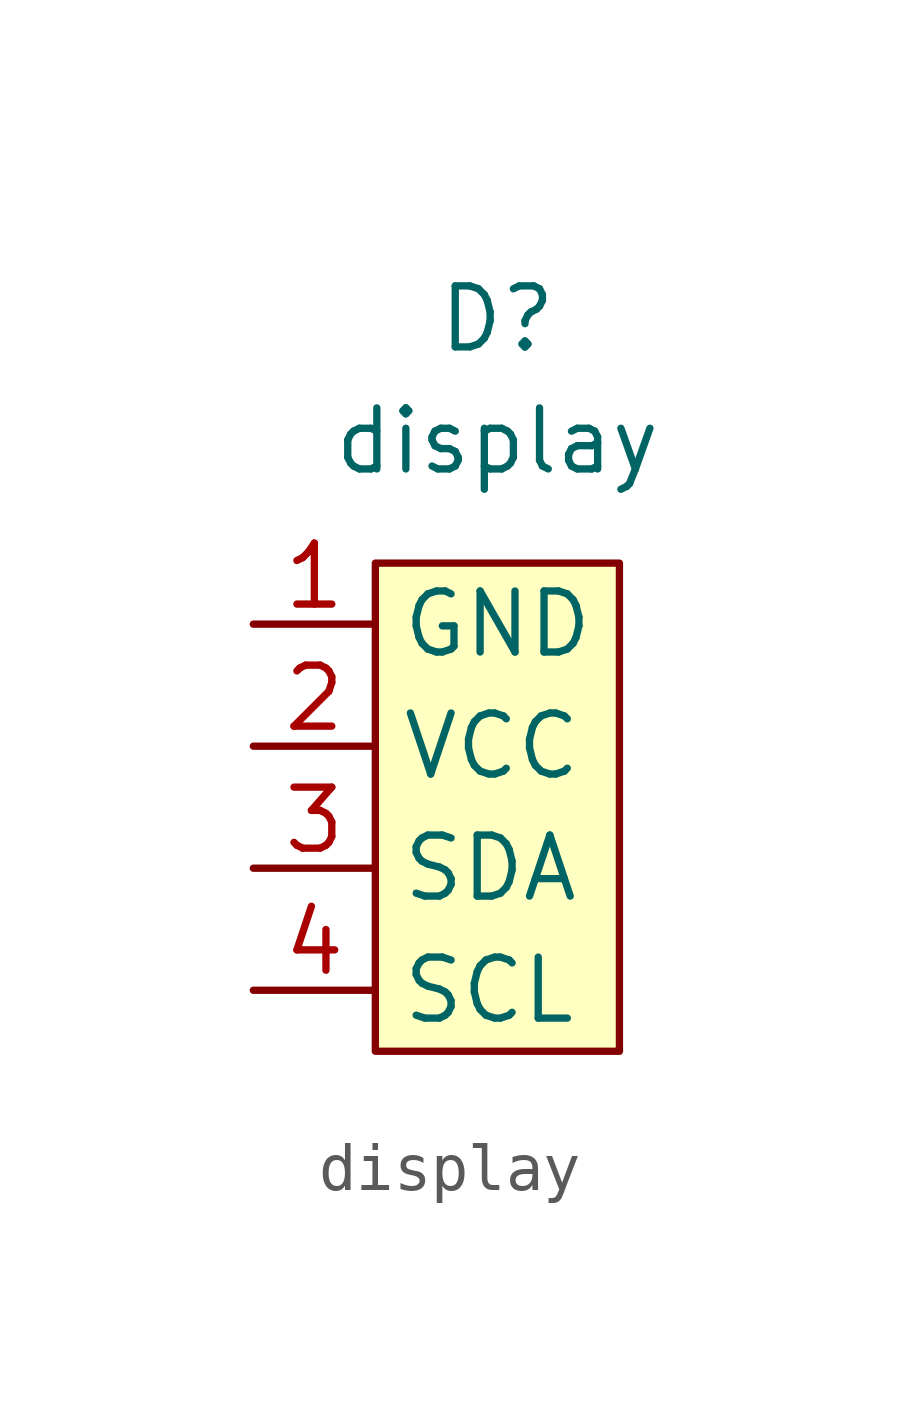
<source format=kicad_sym>
(kicad_symbol_lib
  (version 20220914)
  (generator kicad_symbol_editor)
  (symbol "display"
    (property "Reference" "D"
      (at 0 3.81 0)
      (effects (font (size 1.27 1.27))))
    (property "Value" "display"
      (at 0 1.27 0)
      (effects (font (size 1.27 1.27))))
    (symbol "display_1_1"
      (rectangle (start -2.54 -1.27) (end 2.54 -11.43) (stroke (width 0) (type default)) (fill (type background)))
      (pin input line (at -5.08 -2.54 0) (length 2.54) (name "GND" (effects (font (size 1.27 1.27)))) (number "1" (effects (font (size 1.27 1.27)))))
      (pin input line (at -5.08 -5.08 0) (length 2.54) (name "VCC" (effects (font (size 1.27 1.27)))) (number "2" (effects (font (size 1.27 1.27)))))
      (pin input line (at -5.08 -7.62 0) (length 2.54) (name "SDA" (effects (font (size 1.27 1.27)))) (number "3" (effects (font (size 1.27 1.27)))))
      (pin input line (at -5.08 -10.16 0) (length 2.54) (name "SCL" (effects (font (size 1.27 1.27)))) (number "4" (effects (font (size 1.27 1.27))))))))
</source>
